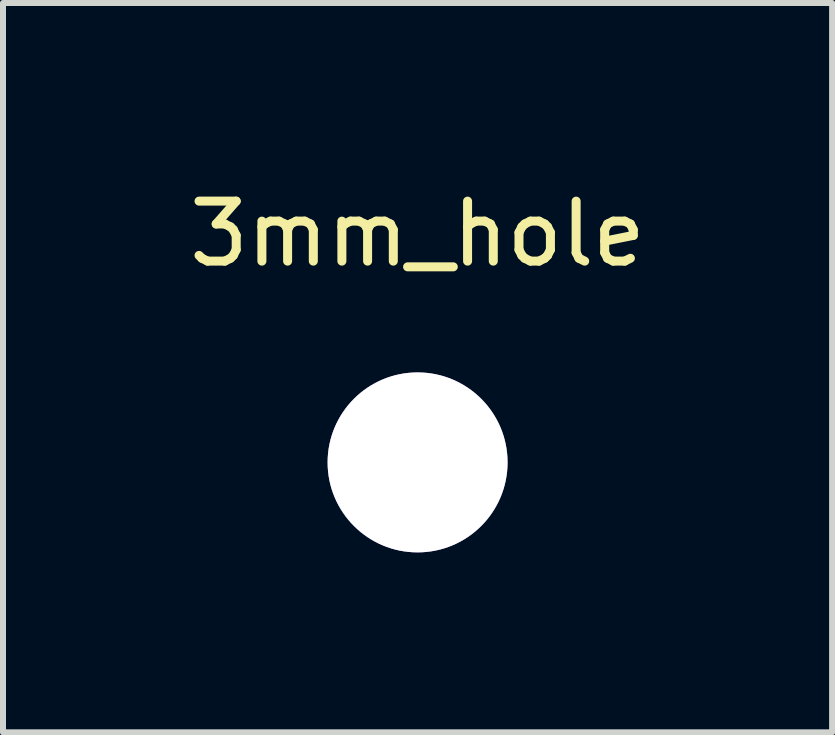
<source format=kicad_pcb>
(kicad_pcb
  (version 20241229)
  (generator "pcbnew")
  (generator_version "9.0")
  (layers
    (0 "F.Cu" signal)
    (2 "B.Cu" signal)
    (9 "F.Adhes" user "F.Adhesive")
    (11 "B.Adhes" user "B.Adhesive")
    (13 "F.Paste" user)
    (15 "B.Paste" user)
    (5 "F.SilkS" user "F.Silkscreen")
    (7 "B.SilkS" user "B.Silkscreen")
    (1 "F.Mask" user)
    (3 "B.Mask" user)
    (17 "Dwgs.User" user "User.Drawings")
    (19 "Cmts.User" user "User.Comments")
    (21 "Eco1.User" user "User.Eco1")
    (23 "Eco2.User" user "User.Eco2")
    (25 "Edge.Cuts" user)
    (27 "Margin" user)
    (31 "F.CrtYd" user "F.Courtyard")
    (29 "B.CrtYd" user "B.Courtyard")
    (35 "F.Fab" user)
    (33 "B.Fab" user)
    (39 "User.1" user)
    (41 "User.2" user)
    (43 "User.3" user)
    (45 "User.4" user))
  (footprint "3mm_hole"
    (layer "F.Cu")
    (at 3.911 4.658)
    (property "Reference" "3mm_hole" (at 0 -3.81 0) (layer "F.SilkS") (effects (font (size 1 1) (thickness 0.15))))
    (attr through_hole)
    (pad "" thru_hole circle (at 0 0) (size 3 3) (drill 3) (layers "*.Cu" "*.Mask")))
  (gr_rect
    (start -3 -3)
    (end 10.821 9.158)
    (stroke (width 0.1) (type default))
    (fill no)
    (layer "Edge.Cuts")))
</source>
